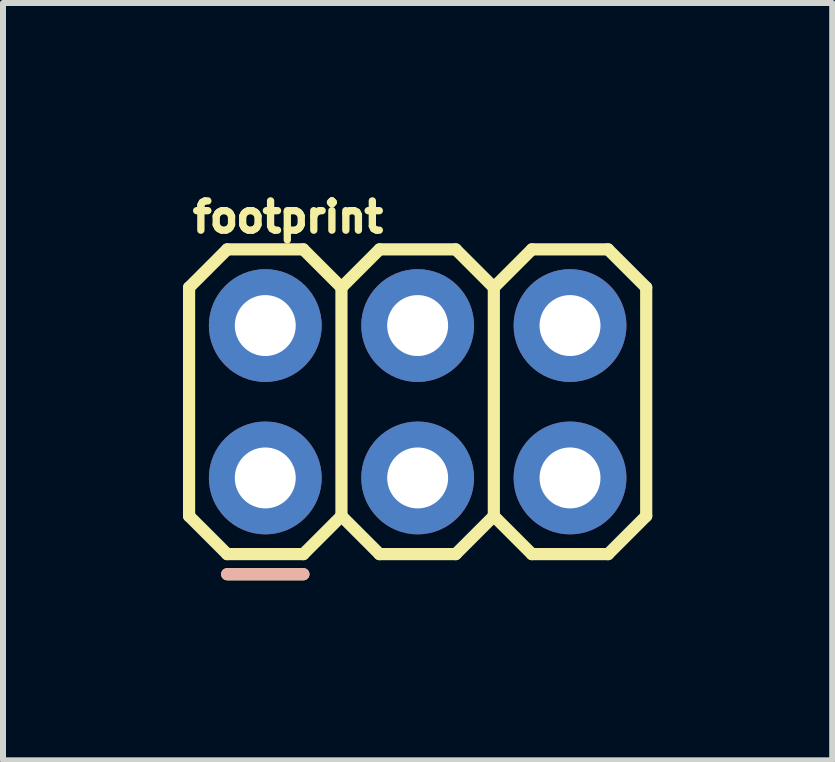
<source format=kicad_pcb>
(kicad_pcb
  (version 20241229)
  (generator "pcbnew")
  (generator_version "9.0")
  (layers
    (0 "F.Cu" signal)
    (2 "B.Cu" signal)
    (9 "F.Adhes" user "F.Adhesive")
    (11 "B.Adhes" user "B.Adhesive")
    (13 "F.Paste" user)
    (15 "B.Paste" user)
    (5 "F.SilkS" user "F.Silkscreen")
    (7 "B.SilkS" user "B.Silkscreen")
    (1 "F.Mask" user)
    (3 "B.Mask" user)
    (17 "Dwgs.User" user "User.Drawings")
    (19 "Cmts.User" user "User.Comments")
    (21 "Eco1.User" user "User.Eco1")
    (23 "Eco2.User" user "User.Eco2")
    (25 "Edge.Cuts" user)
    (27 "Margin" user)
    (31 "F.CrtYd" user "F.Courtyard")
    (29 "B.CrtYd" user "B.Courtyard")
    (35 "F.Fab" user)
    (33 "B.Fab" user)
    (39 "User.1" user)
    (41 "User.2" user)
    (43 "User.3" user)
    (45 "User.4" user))
  (footprint "footprint"
    (layer "F.Cu")
    (at 1.372 4.917)
    (property "Reference" "footprint" (at -1.27 -4.064 0) (layer "F.SilkS") (effects (font (size 0.488 0.488) (thickness 0.122)) (justify left bottom)))
    (fp_line (start -1.27 -3.175) (end -0.635 -3.81) (stroke (width 0.203) (type solid)) (layer "F.SilkS"))
    (fp_line (start -1.27 0.635) (end -1.27 -3.175) (stroke (width 0.203) (type solid)) (layer "F.SilkS"))
    (fp_line (start -1.27 0.635) (end -0.635 1.27) (stroke (width 0.203) (type solid)) (layer "F.SilkS"))
    (fp_line (start -0.635 -3.81) (end 0.635 -3.81) (stroke (width 0.203) (type solid)) (layer "F.SilkS"))
    (fp_line (start -0.635 1.27) (end 0.635 1.27) (stroke (width 0.203) (type solid)) (layer "F.SilkS"))
    (fp_line (start 0.635 -3.81) (end 1.27 -3.175) (stroke (width 0.203) (type solid)) (layer "F.SilkS"))
    (fp_line (start 0.635 1.27) (end 1.27 0.635) (stroke (width 0.203) (type solid)) (layer "F.SilkS"))
    (fp_line (start 0.635 1.605) (end -0.635 1.605) (stroke (width 0.203) (type solid)) (layer "F.SilkS"))
    (fp_line (start 1.27 -3.175) (end 1.27 0.635) (stroke (width 0.203) (type solid)) (layer "F.SilkS"))
    (fp_line (start 1.27 -3.175) (end 1.905 -3.81) (stroke (width 0.203) (type solid)) (layer "F.SilkS"))
    (fp_line (start 1.27 0.635) (end 1.905 1.27) (stroke (width 0.203) (type solid)) (layer "F.SilkS"))
    (fp_line (start 1.905 -3.81) (end 3.175 -3.81) (stroke (width 0.203) (type solid)) (layer "F.SilkS"))
    (fp_line (start 1.905 1.27) (end 3.175 1.27) (stroke (width 0.203) (type solid)) (layer "F.SilkS"))
    (fp_line (start 3.175 -3.81) (end 3.81 -3.175) (stroke (width 0.203) (type solid)) (layer "F.SilkS"))
    (fp_line (start 3.175 1.27) (end 3.81 0.635) (stroke (width 0.203) (type solid)) (layer "F.SilkS"))
    (fp_line (start 3.81 -3.175) (end 3.81 0.635) (stroke (width 0.203) (type solid)) (layer "F.SilkS"))
    (fp_line (start 3.81 -3.175) (end 4.445 -3.81) (stroke (width 0.203) (type solid)) (layer "F.SilkS"))
    (fp_line (start 3.81 0.635) (end 4.445 1.27) (stroke (width 0.203) (type solid)) (layer "F.SilkS"))
    (fp_line (start 4.445 -3.81) (end 5.715 -3.81) (stroke (width 0.203) (type solid)) (layer "F.SilkS"))
    (fp_line (start 4.445 1.27) (end 5.715 1.27) (stroke (width 0.203) (type solid)) (layer "F.SilkS"))
    (fp_line (start 5.715 -3.81) (end 6.35 -3.175) (stroke (width 0.203) (type solid)) (layer "F.SilkS"))
    (fp_line (start 5.715 1.27) (end 6.35 0.635) (stroke (width 0.203) (type solid)) (layer "F.SilkS"))
    (fp_line (start 6.35 -3.175) (end 6.35 0.635) (stroke (width 0.203) (type solid)) (layer "F.SilkS"))
    (fp_line (start -0.635 1.605) (end 0.635 1.605) (stroke (width 0.203) (type solid)) (layer "B.SilkS"))
    (fp_poly (pts (xy -0.254 -2.286) (xy 0.254 -2.286) (xy 0.254 -2.794) (xy -0.254 -2.794)) (stroke (width 0.1) (type solid)) (fill no) (layer "F.Fab"))
    (fp_poly (pts (xy -0.254 0.254) (xy 0.254 0.254) (xy 0.254 -0.254) (xy -0.254 -0.254)) (stroke (width 0.1) (type solid)) (fill no) (layer "F.Fab"))
    (fp_poly (pts (xy 2.286 -2.286) (xy 2.794 -2.286) (xy 2.794 -2.794) (xy 2.286 -2.794)) (stroke (width 0.1) (type solid)) (fill no) (layer "F.Fab"))
    (fp_poly (pts (xy 2.286 0.254) (xy 2.794 0.254) (xy 2.794 -0.254) (xy 2.286 -0.254)) (stroke (width 0.1) (type solid)) (fill no) (layer "F.Fab"))
    (fp_poly (pts (xy 4.826 -2.286) (xy 5.334 -2.286) (xy 5.334 -2.794) (xy 4.826 -2.794)) (stroke (width 0.1) (type solid)) (fill no) (layer "F.Fab"))
    (fp_poly (pts (xy 4.826 0.254) (xy 5.334 0.254) (xy 5.334 -0.254) (xy 4.826 -0.254)) (stroke (width 0.1) (type solid)) (fill no) (layer "F.Fab"))
    (pad "1" thru_hole circle (at 0 0) (size 1.88 1.88) (drill 1.016) (layers "*.Cu" "*.Mask"))
    (pad "2" thru_hole circle (at 0 -2.54) (size 1.88 1.88) (drill 1.016) (layers "*.Cu" "*.Mask"))
    (pad "3" thru_hole circle (at 2.54 0) (size 1.88 1.88) (drill 1.016) (layers "*.Cu" "*.Mask"))
    (pad "4" thru_hole circle (at 2.54 -2.54) (size 1.88 1.88) (drill 1.016) (layers "*.Cu" "*.Mask"))
    (pad "5" thru_hole circle (at 5.08 0) (size 1.88 1.88) (drill 1.016) (layers "*.Cu" "*.Mask"))
    (pad "6" thru_hole circle (at 5.08 -2.54) (size 1.88 1.88) (drill 1.016) (layers "*.Cu" "*.Mask")))
  (gr_rect
    (start -3 -3)
    (end 10.823 9.624)
    (stroke (width 0.1) (type default))
    (fill no)
    (layer "Edge.Cuts")))
</source>
